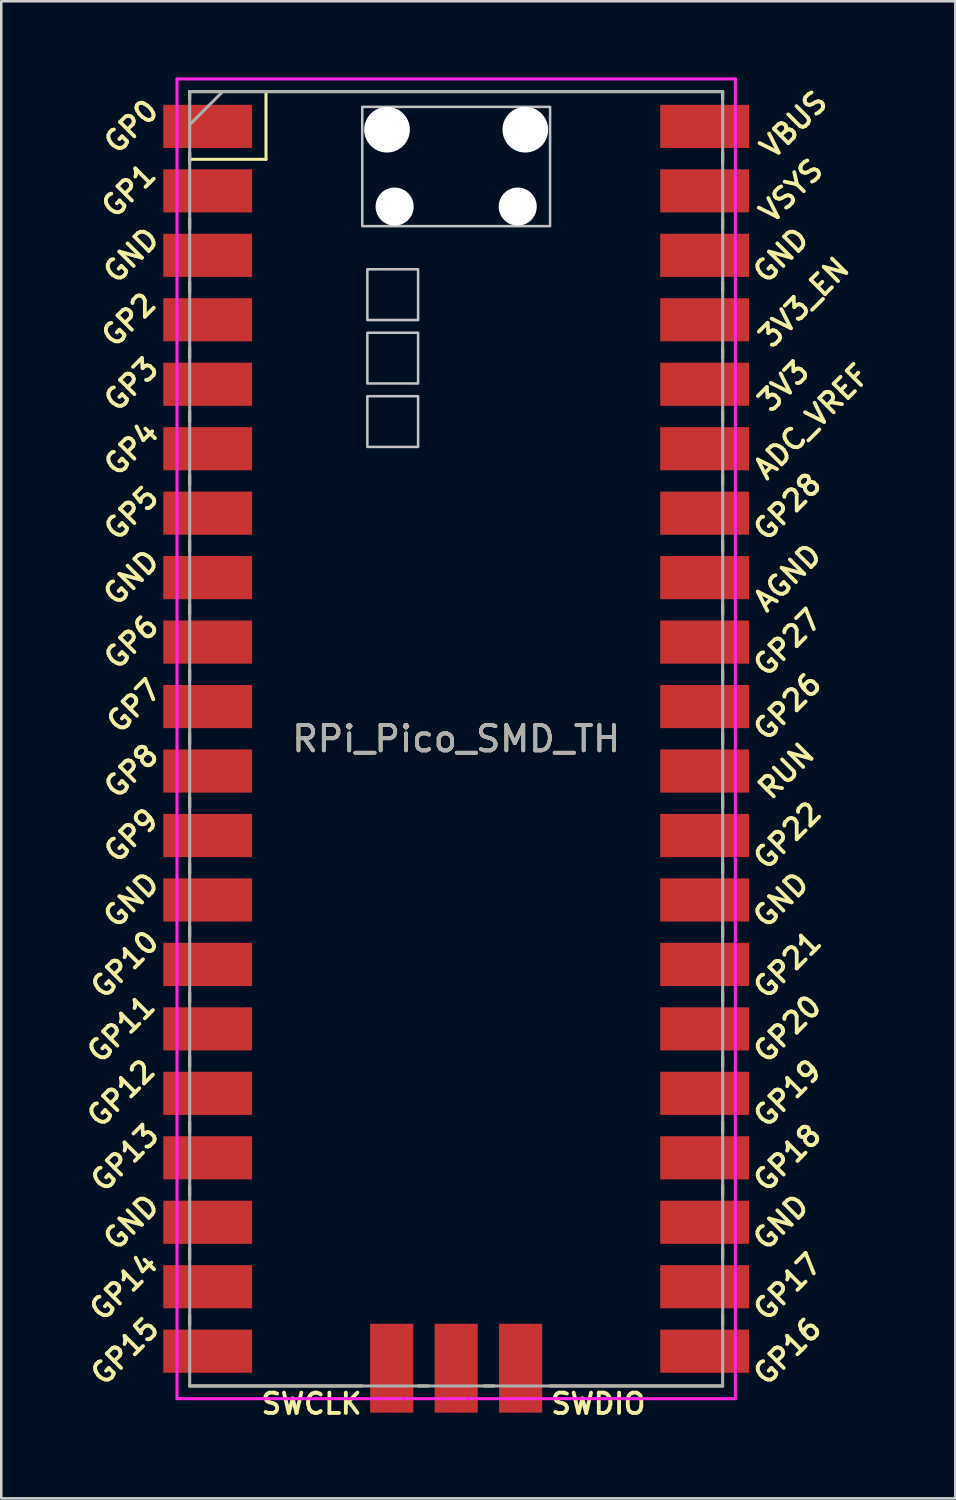
<source format=kicad_pcb>
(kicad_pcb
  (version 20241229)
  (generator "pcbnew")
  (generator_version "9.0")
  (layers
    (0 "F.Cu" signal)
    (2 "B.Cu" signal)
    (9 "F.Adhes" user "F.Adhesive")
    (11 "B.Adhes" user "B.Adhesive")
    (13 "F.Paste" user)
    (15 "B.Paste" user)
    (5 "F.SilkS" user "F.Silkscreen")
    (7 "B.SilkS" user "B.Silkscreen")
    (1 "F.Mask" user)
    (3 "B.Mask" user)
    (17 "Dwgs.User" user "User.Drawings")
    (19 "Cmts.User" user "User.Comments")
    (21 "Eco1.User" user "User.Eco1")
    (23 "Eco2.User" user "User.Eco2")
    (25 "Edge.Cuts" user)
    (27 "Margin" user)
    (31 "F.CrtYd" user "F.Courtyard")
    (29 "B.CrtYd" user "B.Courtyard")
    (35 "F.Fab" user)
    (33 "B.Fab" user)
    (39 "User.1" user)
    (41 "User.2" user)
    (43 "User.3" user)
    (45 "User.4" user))
  (footprint "RPi_Pico_SMD_TH"
    (layer "F.Cu")
    (at 14.924 26.06)
    (property "Reference" "RPi_Pico_SMD_TH" (at 0 0 0) (layer "F.SilkS") (effects (font (size 1 1) (thickness 0.15))))
    (attr through_hole)
    (fp_line (start -10.5 -25.5) (end -10.5 -25.2) (stroke (width 0.12) (type solid)) (layer "F.SilkS"))
    (fp_line (start -10.5 -25.5) (end 10.5 -25.5) (stroke (width 0.12) (type solid)) (layer "F.SilkS"))
    (fp_line (start -10.5 -23.1) (end -10.5 -22.7) (stroke (width 0.12) (type solid)) (layer "F.SilkS"))
    (fp_line (start -10.5 -22.833) (end -7.493 -22.833) (stroke (width 0.12) (type solid)) (layer "F.SilkS"))
    (fp_line (start -10.5 -20.5) (end -10.5 -20.1) (stroke (width 0.12) (type solid)) (layer "F.SilkS"))
    (fp_line (start -10.5 -18) (end -10.5 -17.6) (stroke (width 0.12) (type solid)) (layer "F.SilkS"))
    (fp_line (start -10.5 -15.4) (end -10.5 -15) (stroke (width 0.12) (type solid)) (layer "F.SilkS"))
    (fp_line (start -10.5 -12.9) (end -10.5 -12.5) (stroke (width 0.12) (type solid)) (layer "F.SilkS"))
    (fp_line (start -10.5 -10.4) (end -10.5 -10) (stroke (width 0.12) (type solid)) (layer "F.SilkS"))
    (fp_line (start -10.5 -7.8) (end -10.5 -7.4) (stroke (width 0.12) (type solid)) (layer "F.SilkS"))
    (fp_line (start -10.5 -5.3) (end -10.5 -4.9) (stroke (width 0.12) (type solid)) (layer "F.SilkS"))
    (fp_line (start -10.5 -2.7) (end -10.5 -2.3) (stroke (width 0.12) (type solid)) (layer "F.SilkS"))
    (fp_line (start -10.5 -0.2) (end -10.5 0.2) (stroke (width 0.12) (type solid)) (layer "F.SilkS"))
    (fp_line (start -10.5 2.3) (end -10.5 2.7) (stroke (width 0.12) (type solid)) (layer "F.SilkS"))
    (fp_line (start -10.5 4.9) (end -10.5 5.3) (stroke (width 0.12) (type solid)) (layer "F.SilkS"))
    (fp_line (start -10.5 7.4) (end -10.5 7.8) (stroke (width 0.12) (type solid)) (layer "F.SilkS"))
    (fp_line (start -10.5 10) (end -10.5 10.4) (stroke (width 0.12) (type solid)) (layer "F.SilkS"))
    (fp_line (start -10.5 12.5) (end -10.5 12.9) (stroke (width 0.12) (type solid)) (layer "F.SilkS"))
    (fp_line (start -10.5 15.1) (end -10.5 15.5) (stroke (width 0.12) (type solid)) (layer "F.SilkS"))
    (fp_line (start -10.5 17.6) (end -10.5 18) (stroke (width 0.12) (type solid)) (layer "F.SilkS"))
    (fp_line (start -10.5 20.1) (end -10.5 20.5) (stroke (width 0.12) (type solid)) (layer "F.SilkS"))
    (fp_line (start -10.5 22.7) (end -10.5 23.1) (stroke (width 0.12) (type solid)) (layer "F.SilkS"))
    (fp_line (start -7.493 -22.833) (end -7.493 -25.5) (stroke (width 0.12) (type solid)) (layer "F.SilkS"))
    (fp_line (start -3.7 25.5) (end -10.5 25.5) (stroke (width 0.12) (type solid)) (layer "F.SilkS"))
    (fp_line (start -1.5 25.5) (end -1.1 25.5) (stroke (width 0.12) (type solid)) (layer "F.SilkS"))
    (fp_line (start 1.1 25.5) (end 1.5 25.5) (stroke (width 0.12) (type solid)) (layer "F.SilkS"))
    (fp_line (start 10.5 -25.5) (end 10.5 -25.2) (stroke (width 0.12) (type solid)) (layer "F.SilkS"))
    (fp_line (start 10.5 -23.1) (end 10.5 -22.7) (stroke (width 0.12) (type solid)) (layer "F.SilkS"))
    (fp_line (start 10.5 -20.5) (end 10.5 -20.1) (stroke (width 0.12) (type solid)) (layer "F.SilkS"))
    (fp_line (start 10.5 -18) (end 10.5 -17.6) (stroke (width 0.12) (type solid)) (layer "F.SilkS"))
    (fp_line (start 10.5 -15.4) (end 10.5 -15) (stroke (width 0.12) (type solid)) (layer "F.SilkS"))
    (fp_line (start 10.5 -12.9) (end 10.5 -12.5) (stroke (width 0.12) (type solid)) (layer "F.SilkS"))
    (fp_line (start 10.5 -10.4) (end 10.5 -10) (stroke (width 0.12) (type solid)) (layer "F.SilkS"))
    (fp_line (start 10.5 -7.8) (end 10.5 -7.4) (stroke (width 0.12) (type solid)) (layer "F.SilkS"))
    (fp_line (start 10.5 -5.3) (end 10.5 -4.9) (stroke (width 0.12) (type solid)) (layer "F.SilkS"))
    (fp_line (start 10.5 -2.7) (end 10.5 -2.3) (stroke (width 0.12) (type solid)) (layer "F.SilkS"))
    (fp_line (start 10.5 -0.2) (end 10.5 0.2) (stroke (width 0.12) (type solid)) (layer "F.SilkS"))
    (fp_line (start 10.5 2.3) (end 10.5 2.7) (stroke (width 0.12) (type solid)) (layer "F.SilkS"))
    (fp_line (start 10.5 4.9) (end 10.5 5.3) (stroke (width 0.12) (type solid)) (layer "F.SilkS"))
    (fp_line (start 10.5 7.4) (end 10.5 7.8) (stroke (width 0.12) (type solid)) (layer "F.SilkS"))
    (fp_line (start 10.5 10) (end 10.5 10.4) (stroke (width 0.12) (type solid)) (layer "F.SilkS"))
    (fp_line (start 10.5 12.5) (end 10.5 12.9) (stroke (width 0.12) (type solid)) (layer "F.SilkS"))
    (fp_line (start 10.5 15.1) (end 10.5 15.5) (stroke (width 0.12) (type solid)) (layer "F.SilkS"))
    (fp_line (start 10.5 17.6) (end 10.5 18) (stroke (width 0.12) (type solid)) (layer "F.SilkS"))
    (fp_line (start 10.5 20.1) (end 10.5 20.5) (stroke (width 0.12) (type solid)) (layer "F.SilkS"))
    (fp_line (start 10.5 22.7) (end 10.5 23.1) (stroke (width 0.12) (type solid)) (layer "F.SilkS"))
    (fp_line (start 10.5 25.5) (end 3.7 25.5) (stroke (width 0.12) (type solid)) (layer "F.SilkS"))
    (fp_poly (pts (xy -1.5 -16.5) (xy -3.5 -16.5) (xy -3.5 -18.5) (xy -1.5 -18.5)) (stroke (width 0.1) (type solid)) (fill no) (layer "Dwgs.User"))
    (fp_poly (pts (xy -1.5 -14) (xy -3.5 -14) (xy -3.5 -16) (xy -1.5 -16)) (stroke (width 0.1) (type solid)) (fill no) (layer "Dwgs.User"))
    (fp_poly (pts (xy -1.5 -11.5) (xy -3.5 -11.5) (xy -3.5 -13.5) (xy -1.5 -13.5)) (stroke (width 0.1) (type solid)) (fill no) (layer "Dwgs.User"))
    (fp_poly (pts (xy 3.7 -20.2) (xy -3.7 -20.2) (xy -3.7 -24.9) (xy 3.7 -24.9)) (stroke (width 0.1) (type solid)) (fill no) (layer "Dwgs.User"))
    (fp_line (start -11 -26) (end 11 -26) (stroke (width 0.12) (type solid)) (layer "F.CrtYd"))
    (fp_line (start -11 26) (end -11 -26) (stroke (width 0.12) (type solid)) (layer "F.CrtYd"))
    (fp_line (start 11 -26) (end 11 26) (stroke (width 0.12) (type solid)) (layer "F.CrtYd"))
    (fp_line (start 11 26) (end -11 26) (stroke (width 0.12) (type solid)) (layer "F.CrtYd"))
    (fp_line (start -10.5 -25.5) (end 10.5 -25.5) (stroke (width 0.12) (type solid)) (layer "F.Fab"))
    (fp_line (start -10.5 -24.2) (end -9.2 -25.5) (stroke (width 0.12) (type solid)) (layer "F.Fab"))
    (fp_line (start -10.5 25.5) (end -10.5 -25.5) (stroke (width 0.12) (type solid)) (layer "F.Fab"))
    (fp_line (start 10.5 -25.5) (end 10.5 25.5) (stroke (width 0.12) (type solid)) (layer "F.Fab"))
    (fp_line (start 10.5 25.5) (end -10.5 25.5) (stroke (width 0.12) (type solid)) (layer "F.Fab"))
    (fp_text user "GND" (at -12.8 -19.05 45) (layer "F.SilkS") (effects (font (size 0.8 0.8) (thickness 0.15))))
    (fp_text user "GP16" (at 13.054 24.13 45) (layer "F.SilkS") (effects (font (size 0.8 0.8) (thickness 0.15))))
    (fp_text user "GP17" (at 13.054 21.59 45) (layer "F.SilkS") (effects (font (size 0.8 0.8) (thickness 0.15))))
    (fp_text user "AGND" (at 13.054 -6.35 45) (layer "F.SilkS") (effects (font (size 0.8 0.8) (thickness 0.15))))
    (fp_text user "GP21" (at 13.054 8.9 45) (layer "F.SilkS") (effects (font (size 0.8 0.8) (thickness 0.15))))
    (fp_text user "RUN" (at 13 1.27 45) (layer "F.SilkS") (effects (font (size 0.8 0.8) (thickness 0.15))))
    (fp_text user "GP2" (at -12.9 -16.51 45) (layer "F.SilkS") (effects (font (size 0.8 0.8) (thickness 0.15))))
    (fp_text user "GP3" (at -12.8 -13.97 45) (layer "F.SilkS") (effects (font (size 0.8 0.8) (thickness 0.15))))
    (fp_text user "GP5" (at -12.8 -8.89 45) (layer "F.SilkS") (effects (font (size 0.8 0.8) (thickness 0.15))))
    (fp_text user "GP10" (at -13.054 8.89 45) (layer "F.SilkS") (effects (font (size 0.8 0.8) (thickness 0.15))))
    (fp_text user "VSYS" (at 13.2 -21.59 45) (layer "F.SilkS") (effects (font (size 0.8 0.8) (thickness 0.15))))
    (fp_text user "GND" (at 12.8 -19.05 45) (layer "F.SilkS") (effects (font (size 0.8 0.8) (thickness 0.15))))
    (fp_text user "GP13" (at -13.054 16.51 45) (layer "F.SilkS") (effects (font (size 0.8 0.8) (thickness 0.15))))
    (fp_text user "3V3_EN" (at 13.7 -17.2 45) (layer "F.SilkS") (effects (font (size 0.8 0.8) (thickness 0.15))))
    (fp_text user "GP20" (at 13.054 11.43 45) (layer "F.SilkS") (effects (font (size 0.8 0.8) (thickness 0.15))))
    (fp_text user "GND" (at 12.8 19.05 45) (layer "F.SilkS") (effects (font (size 0.8 0.8) (thickness 0.15))))
    (fp_text user "GP1" (at -12.9 -21.6 45) (layer "F.SilkS") (effects (font (size 0.8 0.8) (thickness 0.15))))
    (fp_text user "GP4" (at -12.8 -11.43 45) (layer "F.SilkS") (effects (font (size 0.8 0.8) (thickness 0.15))))
    (fp_text user "GND" (at -12.8 -6.35 45) (layer "F.SilkS") (effects (font (size 0.8 0.8) (thickness 0.15))))
    (fp_text user "ADC_VREF" (at 14 -12.5 45) (layer "F.SilkS") (effects (font (size 0.8 0.8) (thickness 0.15))))
    (fp_text user "GP12" (at -13.2 13.97 45) (layer "F.SilkS") (effects (font (size 0.8 0.8) (thickness 0.15))))
    (fp_text user "GP28" (at 13.054 -9.144 45) (layer "F.SilkS") (effects (font (size 0.8 0.8) (thickness 0.15))))
    (fp_text user "GND" (at -12.8 6.35 45) (layer "F.SilkS") (effects (font (size 0.8 0.8) (thickness 0.15))))
    (fp_text user "SWCLK" (at -5.7 26.2 0) (layer "F.SilkS") (effects (font (size 0.8 0.8) (thickness 0.15))))
    (fp_text user "GP27" (at 13.054 -3.8 45) (layer "F.SilkS") (effects (font (size 0.8 0.8) (thickness 0.15))))
    (fp_text user "GP9" (at -12.8 3.81 45) (layer "F.SilkS") (effects (font (size 0.8 0.8) (thickness 0.15))))
    (fp_text user "GND" (at -12.8 19.05 45) (layer "F.SilkS") (effects (font (size 0.8 0.8) (thickness 0.15))))
    (fp_text user "GP14" (at -13.1 21.59 45) (layer "F.SilkS") (effects (font (size 0.8 0.8) (thickness 0.15))))
    (fp_text user "GP19" (at 13.054 13.97 45) (layer "F.SilkS") (effects (font (size 0.8 0.8) (thickness 0.15))))
    (fp_text user "GP26" (at 13.054 -1.27 45) (layer "F.SilkS") (effects (font (size 0.8 0.8) (thickness 0.15))))
    (fp_text user "3V3" (at 12.9 -13.9 45) (layer "F.SilkS") (effects (font (size 0.8 0.8) (thickness 0.15))))
    (fp_text user "VBUS" (at 13.3 -24.2 45) (layer "F.SilkS") (effects (font (size 0.8 0.8) (thickness 0.15))))
    (fp_text user "GP22" (at 13.054 3.81 45) (layer "F.SilkS") (effects (font (size 0.8 0.8) (thickness 0.15))))
    (fp_text user "GP11" (at -13.2 11.43 45) (layer "F.SilkS") (effects (font (size 0.8 0.8) (thickness 0.15))))
    (fp_text user "SWDIO" (at 5.6 26.2 0) (layer "F.SilkS") (effects (font (size 0.8 0.8) (thickness 0.15))))
    (fp_text user "GND" (at 12.8 6.35 45) (layer "F.SilkS") (effects (font (size 0.8 0.8) (thickness 0.15))))
    (fp_text user "GP7" (at -12.7 -1.3 45) (layer "F.SilkS") (effects (font (size 0.8 0.8) (thickness 0.15))))
    (fp_text user "GP6" (at -12.8 -3.81 45) (layer "F.SilkS") (effects (font (size 0.8 0.8) (thickness 0.15))))
    (fp_text user "GP18" (at 13.054 16.51 45) (layer "F.SilkS") (effects (font (size 0.8 0.8) (thickness 0.15))))
    (fp_text user "GP0" (at -12.8 -24.13 45) (layer "F.SilkS") (effects (font (size 0.8 0.8) (thickness 0.15))))
    (fp_text user "GP15" (at -13.054 24.13 45) (layer "F.SilkS") (effects (font (size 0.8 0.8) (thickness 0.15))))
    (fp_text user "GP8" (at -12.8 1.27 45) (layer "F.SilkS") (effects (font (size 0.8 0.8) (thickness 0.15))))
    (fp_text user "${REFERENCE}" (at 0 0 180) (layer "F.Fab") (effects (font (size 1 1) (thickness 0.15))))
    (pad "" np_thru_hole oval (at -2.725 -24) (size 1.8 1.8) (drill 1.8) (layers "*.Cu" "*.Mask"))
    (pad "" np_thru_hole oval (at -2.425 -20.97) (size 1.5 1.5) (drill 1.5) (layers "*.Cu" "*.Mask"))
    (pad "" np_thru_hole oval (at 2.425 -20.97) (size 1.5 1.5) (drill 1.5) (layers "*.Cu" "*.Mask"))
    (pad "" np_thru_hole oval (at 2.725 -24) (size 1.8 1.8) (drill 1.8) (layers "*.Cu" "*.Mask"))
    (pad "1" smd rect (at -8.89 -24.13) (size 3.5 1.7) (drill (offset -0.9 0)) (layers "F.Cu" "F.Mask"))
    (pad "2" smd rect (at -8.89 -21.59) (size 3.5 1.7) (drill (offset -0.9 0)) (layers "F.Cu" "F.Mask"))
    (pad "3" smd rect (at -8.89 -19.05) (size 3.5 1.7) (drill (offset -0.9 0)) (layers "F.Cu" "F.Mask"))
    (pad "4" smd rect (at -8.89 -16.51) (size 3.5 1.7) (drill (offset -0.9 0)) (layers "F.Cu" "F.Mask"))
    (pad "5" smd rect (at -8.89 -13.97) (size 3.5 1.7) (drill (offset -0.9 0)) (layers "F.Cu" "F.Mask"))
    (pad "6" smd rect (at -8.89 -11.43) (size 3.5 1.7) (drill (offset -0.9 0)) (layers "F.Cu" "F.Mask"))
    (pad "7" smd rect (at -8.89 -8.89) (size 3.5 1.7) (drill (offset -0.9 0)) (layers "F.Cu" "F.Mask"))
    (pad "8" smd rect (at -8.89 -6.35) (size 3.5 1.7) (drill (offset -0.9 0)) (layers "F.Cu" "F.Mask"))
    (pad "9" smd rect (at -8.89 -3.81) (size 3.5 1.7) (drill (offset -0.9 0)) (layers "F.Cu" "F.Mask"))
    (pad "10" smd rect (at -8.89 -1.27) (size 3.5 1.7) (drill (offset -0.9 0)) (layers "F.Cu" "F.Mask"))
    (pad "11" smd rect (at -8.89 1.27) (size 3.5 1.7) (drill (offset -0.9 0)) (layers "F.Cu" "F.Mask"))
    (pad "12" smd rect (at -8.89 3.81) (size 3.5 1.7) (drill (offset -0.9 0)) (layers "F.Cu" "F.Mask"))
    (pad "13" smd rect (at -8.89 6.35) (size 3.5 1.7) (drill (offset -0.9 0)) (layers "F.Cu" "F.Mask"))
    (pad "14" smd rect (at -8.89 8.89) (size 3.5 1.7) (drill (offset -0.9 0)) (layers "F.Cu" "F.Mask"))
    (pad "15" smd rect (at -8.89 11.43) (size 3.5 1.7) (drill (offset -0.9 0)) (layers "F.Cu" "F.Mask"))
    (pad "16" smd rect (at -8.89 13.97) (size 3.5 1.7) (drill (offset -0.9 0)) (layers "F.Cu" "F.Mask"))
    (pad "17" smd rect (at -8.89 16.51) (size 3.5 1.7) (drill (offset -0.9 0)) (layers "F.Cu" "F.Mask"))
    (pad "18" smd rect (at -8.89 19.05) (size 3.5 1.7) (drill (offset -0.9 0)) (layers "F.Cu" "F.Mask"))
    (pad "19" smd rect (at -8.89 21.59) (size 3.5 1.7) (drill (offset -0.9 0)) (layers "F.Cu" "F.Mask"))
    (pad "20" smd rect (at -8.89 24.13) (size 3.5 1.7) (drill (offset -0.9 0)) (layers "F.Cu" "F.Mask"))
    (pad "21" smd rect (at 8.89 24.13) (size 3.5 1.7) (drill (offset 0.9 0)) (layers "F.Cu" "F.Mask"))
    (pad "22" smd rect (at 8.89 21.59) (size 3.5 1.7) (drill (offset 0.9 0)) (layers "F.Cu" "F.Mask"))
    (pad "23" smd rect (at 8.89 19.05) (size 3.5 1.7) (drill (offset 0.9 0)) (layers "F.Cu" "F.Mask"))
    (pad "24" smd rect (at 8.89 16.51) (size 3.5 1.7) (drill (offset 0.9 0)) (layers "F.Cu" "F.Mask"))
    (pad "25" smd rect (at 8.89 13.97) (size 3.5 1.7) (drill (offset 0.9 0)) (layers "F.Cu" "F.Mask"))
    (pad "26" smd rect (at 8.89 11.43) (size 3.5 1.7) (drill (offset 0.9 0)) (layers "F.Cu" "F.Mask"))
    (pad "27" smd rect (at 8.89 8.89) (size 3.5 1.7) (drill (offset 0.9 0)) (layers "F.Cu" "F.Mask"))
    (pad "28" smd rect (at 8.89 6.35) (size 3.5 1.7) (drill (offset 0.9 0)) (layers "F.Cu" "F.Mask"))
    (pad "29" smd rect (at 8.89 3.81) (size 3.5 1.7) (drill (offset 0.9 0)) (layers "F.Cu" "F.Mask"))
    (pad "30" smd rect (at 8.89 1.27) (size 3.5 1.7) (drill (offset 0.9 0)) (layers "F.Cu" "F.Mask"))
    (pad "31" smd rect (at 8.89 -1.27) (size 3.5 1.7) (drill (offset 0.9 0)) (layers "F.Cu" "F.Mask"))
    (pad "32" smd rect (at 8.89 -3.81) (size 3.5 1.7) (drill (offset 0.9 0)) (layers "F.Cu" "F.Mask"))
    (pad "33" smd rect (at 8.89 -6.35) (size 3.5 1.7) (drill (offset 0.9 0)) (layers "F.Cu" "F.Mask"))
    (pad "34" smd rect (at 8.89 -8.89) (size 3.5 1.7) (drill (offset 0.9 0)) (layers "F.Cu" "F.Mask"))
    (pad "35" smd rect (at 8.89 -11.43) (size 3.5 1.7) (drill (offset 0.9 0)) (layers "F.Cu" "F.Mask"))
    (pad "36" smd rect (at 8.89 -13.97) (size 3.5 1.7) (drill (offset 0.9 0)) (layers "F.Cu" "F.Mask"))
    (pad "37" smd rect (at 8.89 -16.51) (size 3.5 1.7) (drill (offset 0.9 0)) (layers "F.Cu" "F.Mask"))
    (pad "38" smd rect (at 8.89 -19.05) (size 3.5 1.7) (drill (offset 0.9 0)) (layers "F.Cu" "F.Mask"))
    (pad "39" smd rect (at 8.89 -21.59) (size 3.5 1.7) (drill (offset 0.9 0)) (layers "F.Cu" "F.Mask"))
    (pad "40" smd rect (at 8.89 -24.13) (size 3.5 1.7) (drill (offset 0.9 0)) (layers "F.Cu" "F.Mask"))
    (pad "41" smd rect (at -2.54 23.9 90) (size 3.5 1.7) (drill (offset -0.9 0)) (layers "F.Cu" "F.Mask"))
    (pad "42" smd rect (at 0 23.9 90) (size 3.5 1.7) (drill (offset -0.9 0)) (layers "F.Cu" "F.Mask"))
    (pad "43" smd rect (at 2.54 23.9 90) (size 3.5 1.7) (drill (offset -0.9 0)) (layers "F.Cu" "F.Mask")))
  (gr_rect
    (start -3 -3)
    (end 34.591 55.991)
    (stroke (width 0.1) (type default))
    (fill no)
    (layer "Edge.Cuts")))
</source>
